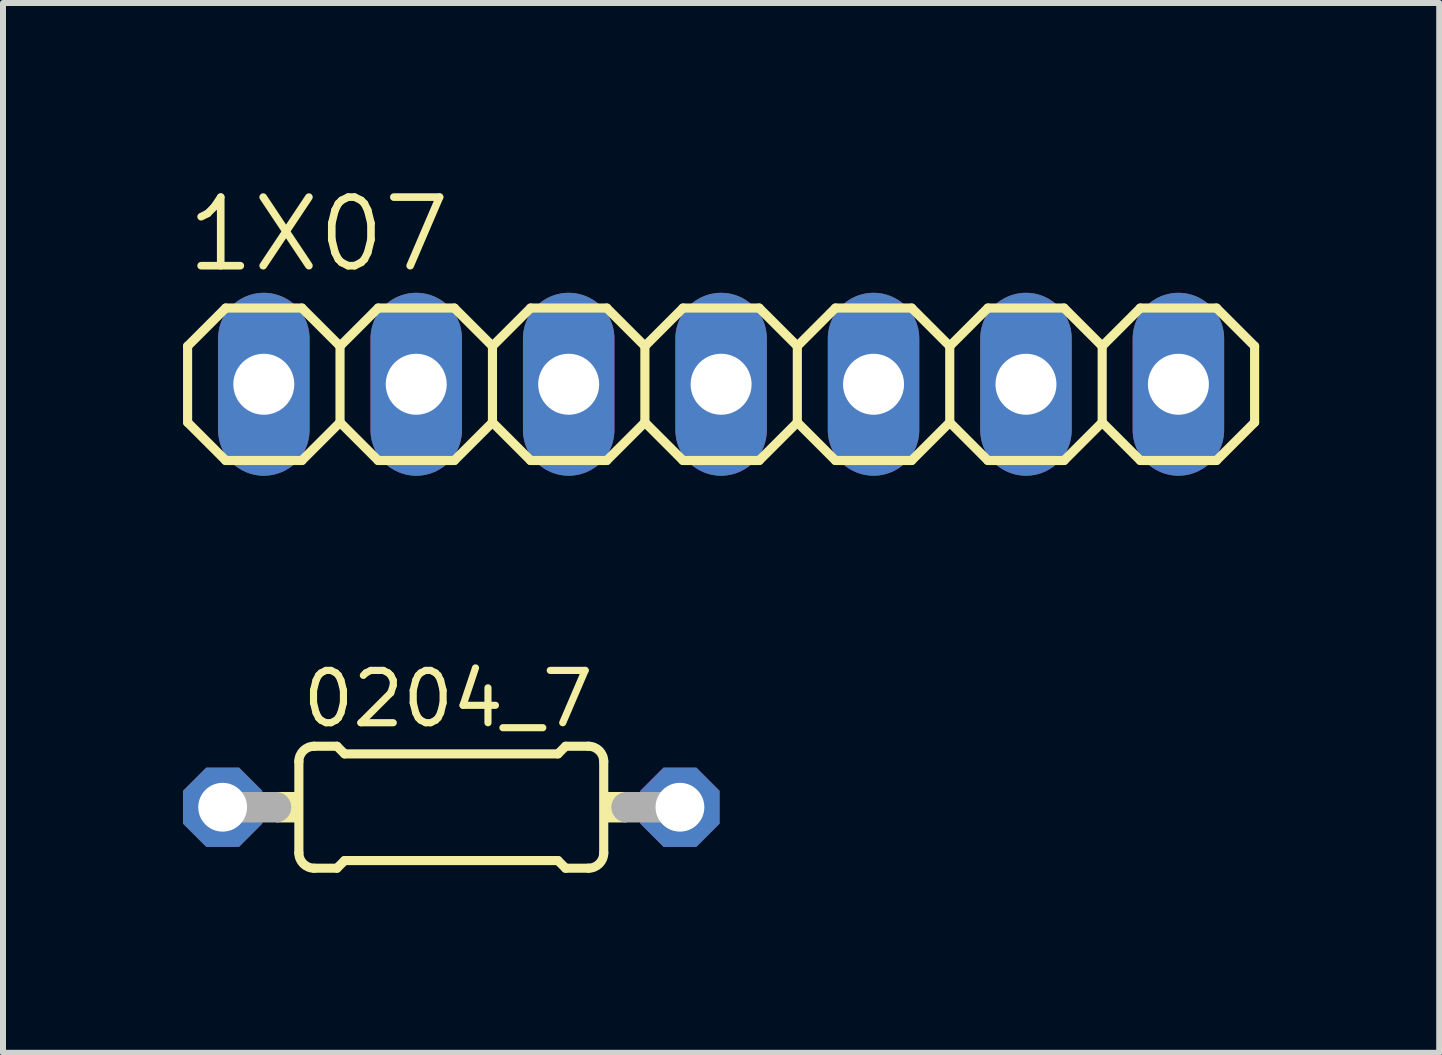
<source format=kicad_pcb>
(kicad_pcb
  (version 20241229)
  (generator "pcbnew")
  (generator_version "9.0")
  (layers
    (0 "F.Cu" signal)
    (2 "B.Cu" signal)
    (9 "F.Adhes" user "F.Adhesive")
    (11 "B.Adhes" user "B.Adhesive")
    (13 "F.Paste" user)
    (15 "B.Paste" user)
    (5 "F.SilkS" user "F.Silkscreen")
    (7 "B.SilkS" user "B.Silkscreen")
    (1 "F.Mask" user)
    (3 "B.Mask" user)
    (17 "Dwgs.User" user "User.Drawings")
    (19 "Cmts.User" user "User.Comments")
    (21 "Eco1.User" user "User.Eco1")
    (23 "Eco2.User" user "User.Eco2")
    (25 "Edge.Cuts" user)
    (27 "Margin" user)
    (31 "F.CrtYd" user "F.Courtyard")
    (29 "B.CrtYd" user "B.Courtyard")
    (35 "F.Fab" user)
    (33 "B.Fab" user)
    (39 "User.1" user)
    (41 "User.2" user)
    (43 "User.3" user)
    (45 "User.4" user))
  (footprint "1X07"
    (layer "F.Cu")
    (at 8.966 3.353)
    (property "Reference" "1X07" (at -8.966 -1.829 0) (layer "F.SilkS") (effects (font (size 1.143 1.143) (thickness 0.127)) (justify left bottom)))
    (fp_line (start -8.89 -0.635) (end -8.89 0.635) (stroke (width 0.152) (type solid)) (layer "F.SilkS"))
    (fp_line (start -8.89 0.635) (end -8.255 1.27) (stroke (width 0.152) (type solid)) (layer "F.SilkS"))
    (fp_line (start -8.255 -1.27) (end -8.89 -0.635) (stroke (width 0.152) (type solid)) (layer "F.SilkS"))
    (fp_line (start -8.255 -1.27) (end -6.985 -1.27) (stroke (width 0.152) (type solid)) (layer "F.SilkS"))
    (fp_line (start -6.985 -1.27) (end -6.35 -0.635) (stroke (width 0.152) (type solid)) (layer "F.SilkS"))
    (fp_line (start -6.985 1.27) (end -8.255 1.27) (stroke (width 0.152) (type solid)) (layer "F.SilkS"))
    (fp_line (start -6.35 -0.635) (end -6.35 0.635) (stroke (width 0.152) (type solid)) (layer "F.SilkS"))
    (fp_line (start -6.35 -0.635) (end -5.715 -1.27) (stroke (width 0.152) (type solid)) (layer "F.SilkS"))
    (fp_line (start -6.35 0.635) (end -6.985 1.27) (stroke (width 0.152) (type solid)) (layer "F.SilkS"))
    (fp_line (start -5.715 -1.27) (end -4.445 -1.27) (stroke (width 0.152) (type solid)) (layer "F.SilkS"))
    (fp_line (start -5.715 1.27) (end -6.35 0.635) (stroke (width 0.152) (type solid)) (layer "F.SilkS"))
    (fp_line (start -4.445 -1.27) (end -3.81 -0.635) (stroke (width 0.152) (type solid)) (layer "F.SilkS"))
    (fp_line (start -4.445 1.27) (end -5.715 1.27) (stroke (width 0.152) (type solid)) (layer "F.SilkS"))
    (fp_line (start -3.81 -0.635) (end -3.81 0.635) (stroke (width 0.152) (type solid)) (layer "F.SilkS"))
    (fp_line (start -3.81 -0.635) (end -3.175 -1.27) (stroke (width 0.152) (type solid)) (layer "F.SilkS"))
    (fp_line (start -3.81 0.635) (end -4.445 1.27) (stroke (width 0.152) (type solid)) (layer "F.SilkS"))
    (fp_line (start -3.175 -1.27) (end -1.905 -1.27) (stroke (width 0.152) (type solid)) (layer "F.SilkS"))
    (fp_line (start -3.175 1.27) (end -3.81 0.635) (stroke (width 0.152) (type solid)) (layer "F.SilkS"))
    (fp_line (start -1.905 -1.27) (end -1.27 -0.635) (stroke (width 0.152) (type solid)) (layer "F.SilkS"))
    (fp_line (start -1.905 1.27) (end -3.175 1.27) (stroke (width 0.152) (type solid)) (layer "F.SilkS"))
    (fp_line (start -1.27 -0.635) (end -1.27 0.635) (stroke (width 0.152) (type solid)) (layer "F.SilkS"))
    (fp_line (start -1.27 0.635) (end -1.905 1.27) (stroke (width 0.152) (type solid)) (layer "F.SilkS"))
    (fp_line (start -1.27 0.635) (end -0.635 1.27) (stroke (width 0.152) (type solid)) (layer "F.SilkS"))
    (fp_line (start -0.635 -1.27) (end -1.27 -0.635) (stroke (width 0.152) (type solid)) (layer "F.SilkS"))
    (fp_line (start -0.635 -1.27) (end 0.635 -1.27) (stroke (width 0.152) (type solid)) (layer "F.SilkS"))
    (fp_line (start 0.635 -1.27) (end 1.27 -0.635) (stroke (width 0.152) (type solid)) (layer "F.SilkS"))
    (fp_line (start 0.635 1.27) (end -0.635 1.27) (stroke (width 0.152) (type solid)) (layer "F.SilkS"))
    (fp_line (start 1.27 -0.635) (end 1.27 0.635) (stroke (width 0.152) (type solid)) (layer "F.SilkS"))
    (fp_line (start 1.27 -0.635) (end 1.905 -1.27) (stroke (width 0.152) (type solid)) (layer "F.SilkS"))
    (fp_line (start 1.27 0.635) (end 0.635 1.27) (stroke (width 0.152) (type solid)) (layer "F.SilkS"))
    (fp_line (start 1.905 -1.27) (end 3.175 -1.27) (stroke (width 0.152) (type solid)) (layer "F.SilkS"))
    (fp_line (start 1.905 1.27) (end 1.27 0.635) (stroke (width 0.152) (type solid)) (layer "F.SilkS"))
    (fp_line (start 3.175 -1.27) (end 3.81 -0.635) (stroke (width 0.152) (type solid)) (layer "F.SilkS"))
    (fp_line (start 3.175 1.27) (end 1.905 1.27) (stroke (width 0.152) (type solid)) (layer "F.SilkS"))
    (fp_line (start 3.81 -0.635) (end 3.81 0.635) (stroke (width 0.152) (type solid)) (layer "F.SilkS"))
    (fp_line (start 3.81 -0.635) (end 4.445 -1.27) (stroke (width 0.152) (type solid)) (layer "F.SilkS"))
    (fp_line (start 3.81 0.635) (end 3.175 1.27) (stroke (width 0.152) (type solid)) (layer "F.SilkS"))
    (fp_line (start 4.445 -1.27) (end 5.715 -1.27) (stroke (width 0.152) (type solid)) (layer "F.SilkS"))
    (fp_line (start 4.445 1.27) (end 3.81 0.635) (stroke (width 0.152) (type solid)) (layer "F.SilkS"))
    (fp_line (start 5.715 -1.27) (end 6.35 -0.635) (stroke (width 0.152) (type solid)) (layer "F.SilkS"))
    (fp_line (start 5.715 1.27) (end 4.445 1.27) (stroke (width 0.152) (type solid)) (layer "F.SilkS"))
    (fp_line (start 6.35 -0.635) (end 6.35 0.635) (stroke (width 0.152) (type solid)) (layer "F.SilkS"))
    (fp_line (start 6.35 0.635) (end 5.715 1.27) (stroke (width 0.152) (type solid)) (layer "F.SilkS"))
    (fp_line (start 6.35 0.635) (end 6.985 1.27) (stroke (width 0.152) (type solid)) (layer "F.SilkS"))
    (fp_line (start 6.985 -1.27) (end 6.35 -0.635) (stroke (width 0.152) (type solid)) (layer "F.SilkS"))
    (fp_line (start 6.985 -1.27) (end 8.255 -1.27) (stroke (width 0.152) (type solid)) (layer "F.SilkS"))
    (fp_line (start 8.255 -1.27) (end 8.89 -0.635) (stroke (width 0.152) (type solid)) (layer "F.SilkS"))
    (fp_line (start 8.255 1.27) (end 6.985 1.27) (stroke (width 0.152) (type solid)) (layer "F.SilkS"))
    (fp_line (start 8.89 -0.635) (end 8.89 0.635) (stroke (width 0.152) (type solid)) (layer "F.SilkS"))
    (fp_line (start 8.89 0.635) (end 8.255 1.27) (stroke (width 0.152) (type solid)) (layer "F.SilkS"))
    (fp_poly (pts (xy -7.874 0.254) (xy -7.366 0.254) (xy -7.366 -0.254) (xy -7.874 -0.254)) (stroke (width 0.1) (type default)) (fill no) (layer "F.Fab"))
    (fp_poly (pts (xy -5.334 0.254) (xy -4.826 0.254) (xy -4.826 -0.254) (xy -5.334 -0.254)) (stroke (width 0.1) (type default)) (fill no) (layer "F.Fab"))
    (fp_poly (pts (xy -2.794 0.254) (xy -2.286 0.254) (xy -2.286 -0.254) (xy -2.794 -0.254)) (stroke (width 0.1) (type default)) (fill no) (layer "F.Fab"))
    (fp_poly (pts (xy -0.254 0.254) (xy 0.254 0.254) (xy 0.254 -0.254) (xy -0.254 -0.254)) (stroke (width 0.1) (type default)) (fill no) (layer "F.Fab"))
    (fp_poly (pts (xy 2.286 0.254) (xy 2.794 0.254) (xy 2.794 -0.254) (xy 2.286 -0.254)) (stroke (width 0.1) (type default)) (fill no) (layer "F.Fab"))
    (fp_poly (pts (xy 4.826 0.254) (xy 5.334 0.254) (xy 5.334 -0.254) (xy 4.826 -0.254)) (stroke (width 0.1) (type default)) (fill no) (layer "F.Fab"))
    (fp_poly (pts (xy 7.366 0.254) (xy 7.874 0.254) (xy 7.874 -0.254) (xy 7.366 -0.254)) (stroke (width 0.1) (type default)) (fill no) (layer "F.Fab"))
    (pad "1" thru_hole oval (at -7.62 0 90) (size 3.048 1.524) (drill 1.016) (layers "*.Cu" "*.Mask"))
    (pad "2" thru_hole oval (at -5.08 0 90) (size 3.048 1.524) (drill 1.016) (layers "*.Cu" "*.Mask"))
    (pad "3" thru_hole oval (at -2.54 0 90) (size 3.048 1.524) (drill 1.016) (layers "*.Cu" "*.Mask"))
    (pad "4" thru_hole oval (at 0 0 90) (size 3.048 1.524) (drill 1.016) (layers "*.Cu" "*.Mask"))
    (pad "5" thru_hole oval (at 2.54 0 90) (size 3.048 1.524) (drill 1.016) (layers "*.Cu" "*.Mask"))
    (pad "6" thru_hole oval (at 5.08 0 90) (size 3.048 1.524) (drill 1.016) (layers "*.Cu" "*.Mask"))
    (pad "7" thru_hole oval (at 7.62 0 90) (size 3.048 1.524) (drill 1.016) (layers "*.Cu" "*.Mask")))
  (footprint "0204_7"
    (layer "F.Cu")
    (at 4.47 10.401)
    (property "Reference" "0204_7" (at -2.54 -1.295 0) (layer "F.SilkS") (effects (font (size 0.872 0.872) (thickness 0.119)) (justify left bottom)))
    (fp_line (start -2.54 0.762) (end -2.54 -0.762) (stroke (width 0.152) (type solid)) (layer "F.SilkS"))
    (fp_line (start -2.286 -1.016) (end -1.905 -1.016) (stroke (width 0.152) (type solid)) (layer "F.SilkS"))
    (fp_line (start -2.286 1.016) (end -1.905 1.016) (stroke (width 0.152) (type solid)) (layer "F.SilkS"))
    (fp_line (start -1.778 -0.889) (end -1.905 -1.016) (stroke (width 0.152) (type solid)) (layer "F.SilkS"))
    (fp_line (start -1.778 0.889) (end -1.905 1.016) (stroke (width 0.152) (type solid)) (layer "F.SilkS"))
    (fp_line (start 1.778 -0.889) (end -1.778 -0.889) (stroke (width 0.152) (type solid)) (layer "F.SilkS"))
    (fp_line (start 1.778 -0.889) (end 1.905 -1.016) (stroke (width 0.152) (type solid)) (layer "F.SilkS"))
    (fp_line (start 1.778 0.889) (end -1.778 0.889) (stroke (width 0.152) (type solid)) (layer "F.SilkS"))
    (fp_line (start 1.778 0.889) (end 1.905 1.016) (stroke (width 0.152) (type solid)) (layer "F.SilkS"))
    (fp_line (start 2.286 -1.016) (end 1.905 -1.016) (stroke (width 0.152) (type solid)) (layer "F.SilkS"))
    (fp_line (start 2.286 1.016) (end 1.905 1.016) (stroke (width 0.152) (type solid)) (layer "F.SilkS"))
    (fp_line (start 2.54 0.762) (end 2.54 -0.762) (stroke (width 0.152) (type solid)) (layer "F.SilkS"))
    (fp_arc (start -2.54 -0.762) (mid -2.465605 -0.941605) (end -2.286 -1.016) (stroke (width 0.1524) (type solid)) (layer "F.SilkS"))
    (fp_arc (start -2.286 1.016) (mid -2.465605 0.941605) (end -2.54 0.762) (stroke (width 0.1524) (type solid)) (layer "F.SilkS"))
    (fp_arc (start 2.286 -1.016) (mid 2.465605 -0.941605) (end 2.54 -0.762) (stroke (width 0.1524) (type solid)) (layer "F.SilkS"))
    (fp_arc (start 2.54 0.762) (mid 2.465605 0.941605) (end 2.286 1.016) (stroke (width 0.1524) (type solid)) (layer "F.SilkS"))
    (fp_poly (pts (xy -2.921 0.254) (xy -2.54 0.254) (xy -2.54 -0.254) (xy -2.921 -0.254)) (stroke (width 0) (type default)) (fill yes) (layer "F.SilkS"))
    (fp_poly (pts (xy 2.54 0.254) (xy 2.921 0.254) (xy 2.921 -0.254) (xy 2.54 -0.254)) (stroke (width 0) (type default)) (fill yes) (layer "F.SilkS"))
    (fp_line (start -3.81 0) (end -2.921 0) (stroke (width 0.508) (type solid)) (layer "F.Fab"))
    (fp_line (start 3.81 0) (end 2.921 0) (stroke (width 0.508) (type solid)) (layer "F.Fab"))
    (pad "1" thru_hole roundrect (at -3.81 0) (size 1.321 1.321) (drill 0.813) (layers "*.Cu" "*.Mask") (roundrect_rratio 0.25) (chamfer_ratio 0.293) (chamfer top_left top_right bottom_left bottom_right))
    (pad "2" thru_hole roundrect (at 3.81 0) (size 1.321 1.321) (drill 0.813) (layers "*.Cu" "*.Mask") (roundrect_rratio 0.25) (chamfer_ratio 0.293) (chamfer top_left top_right bottom_left bottom_right)))
  (gr_rect
    (start -3 -3)
    (end 20.932 14.493)
    (stroke (width 0.1) (type default))
    (fill no)
    (layer "Edge.Cuts")))
</source>
